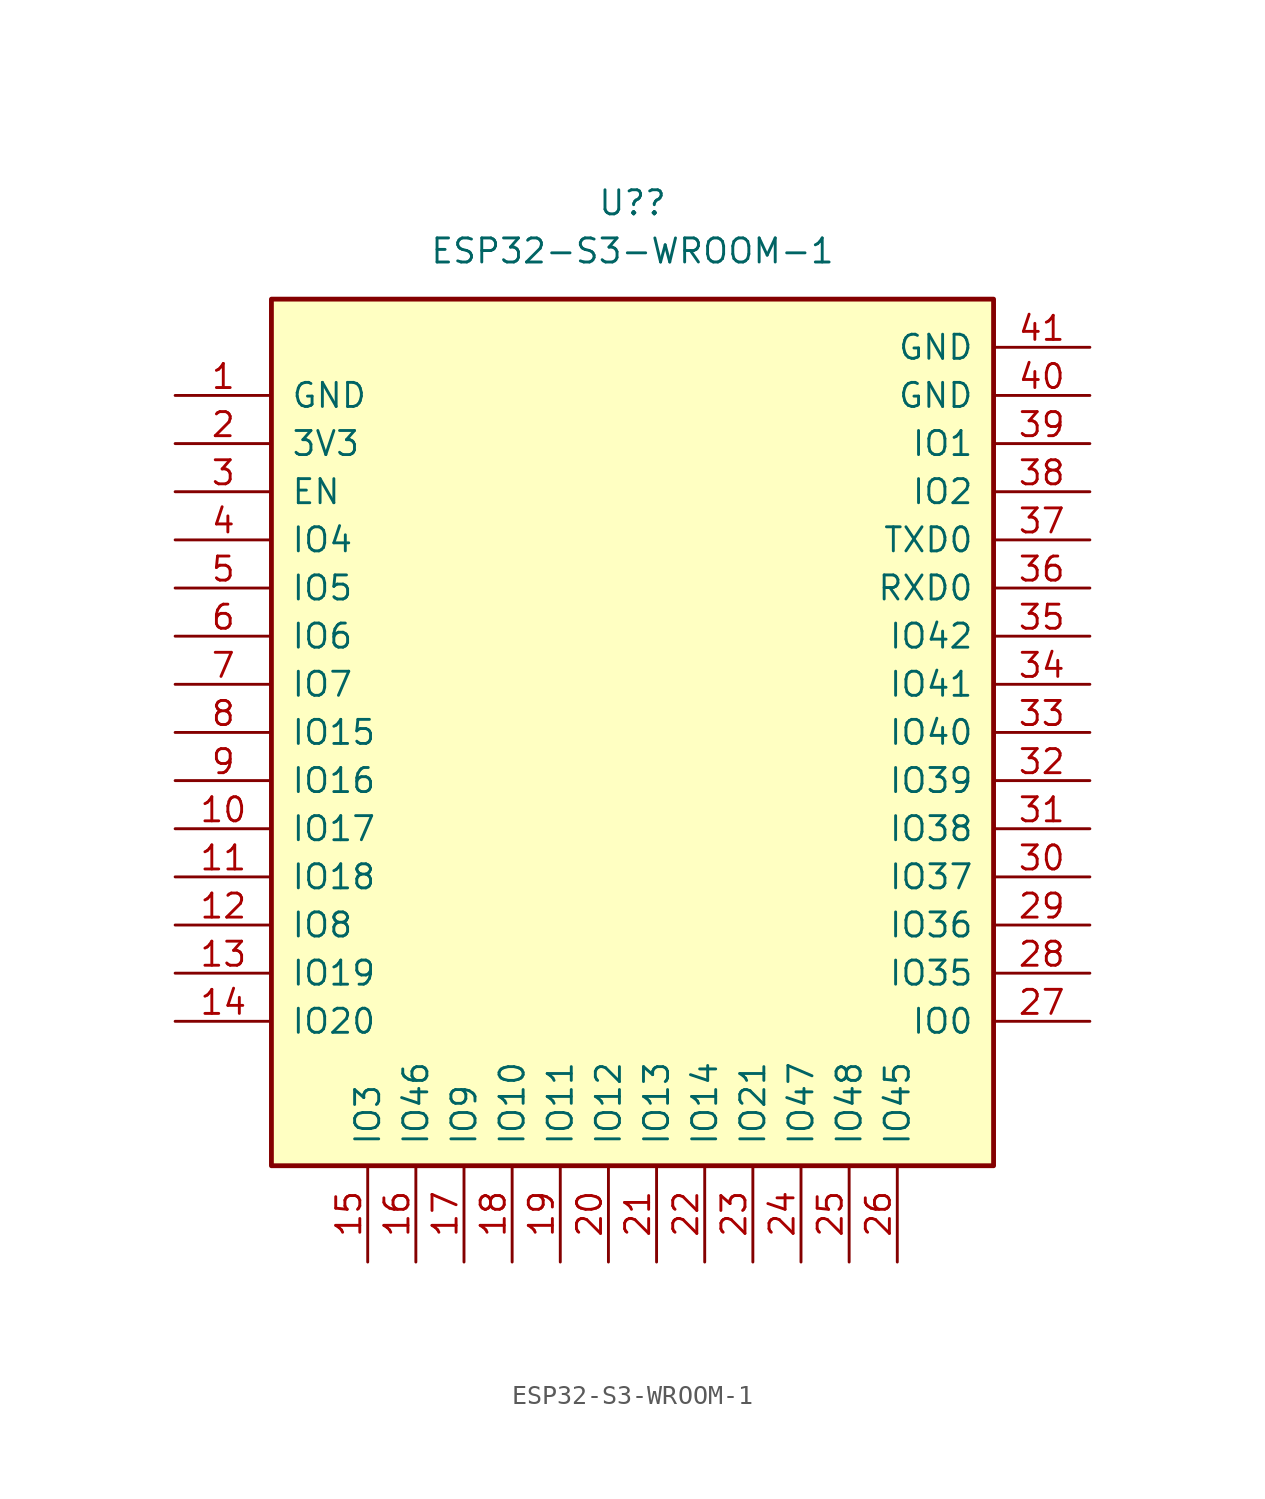
<source format=kicad_sym>
(kicad_symbol_lib
  (version 20211014)
  (generator kicad_symbol_editor)
  (symbol "ESP32-S3-WROOM-1"
    (pin_names
      (offset 1.016))
    (property "Reference" "U?"
      (at 0 29.21 0)
      (effects (font (size 1.27 1.27))))
    (property "Value" "ESP32-S3-WROOM-1"
      (at 0 26.67 0)
      (effects (font (size 1.27 1.27))))
    (symbol "ESP32-S3-WROOM-1_0_0"
      (rectangle (start -19.05 24.13) (end 19.05 -21.59) (stroke (width 0.254) (type default) (color 0 0 0 0)) (fill (type background))))
    (symbol "ESP32-S3-WROOM-1_1_0"
      (pin unspecified line (at -24.13 19.05 0) (length 5.08) (name "GND" (effects (font (size 1.27 1.27)))) (number "1" (effects (font (size 1.27 1.27)))))
      (pin unspecified line (at -24.13 -3.81 0) (length 5.08) (name "IO17" (effects (font (size 1.27 1.27)))) (number "10" (effects (font (size 1.27 1.27)))))
      (pin unspecified line (at -24.13 -6.35 0) (length 5.08) (name "IO18" (effects (font (size 1.27 1.27)))) (number "11" (effects (font (size 1.27 1.27)))))
      (pin unspecified line (at -24.13 -8.89 0) (length 5.08) (name "IO8" (effects (font (size 1.27 1.27)))) (number "12" (effects (font (size 1.27 1.27)))))
      (pin unspecified line (at -24.13 -11.43 0) (length 5.08) (name "IO19" (effects (font (size 1.27 1.27)))) (number "13" (effects (font (size 1.27 1.27)))))
      (pin unspecified line (at -24.13 -13.97 0) (length 5.08) (name "IO20" (effects (font (size 1.27 1.27)))) (number "14" (effects (font (size 1.27 1.27)))))
      (pin unspecified line (at -13.97 -26.67 90) (length 5.08) (name "IO3" (effects (font (size 1.27 1.27)))) (number "15" (effects (font (size 1.27 1.27)))))
      (pin unspecified line (at -11.43 -26.67 90) (length 5.08) (name "IO46" (effects (font (size 1.27 1.27)))) (number "16" (effects (font (size 1.27 1.27)))))
      (pin unspecified line (at -8.89 -26.67 90) (length 5.08) (name "IO9" (effects (font (size 1.27 1.27)))) (number "17" (effects (font (size 1.27 1.27)))))
      (pin unspecified line (at -6.35 -26.67 90) (length 5.08) (name "IO10" (effects (font (size 1.27 1.27)))) (number "18" (effects (font (size 1.27 1.27)))))
      (pin unspecified line (at -3.81 -26.67 90) (length 5.08) (name "IO11" (effects (font (size 1.27 1.27)))) (number "19" (effects (font (size 1.27 1.27)))))
      (pin unspecified line (at -24.13 16.51 0) (length 5.08) (name "3V3" (effects (font (size 1.27 1.27)))) (number "2" (effects (font (size 1.27 1.27)))))
      (pin unspecified line (at -1.27 -26.67 90) (length 5.08) (name "IO12" (effects (font (size 1.27 1.27)))) (number "20" (effects (font (size 1.27 1.27)))))
      (pin unspecified line (at 1.27 -26.67 90) (length 5.08) (name "IO13" (effects (font (size 1.27 1.27)))) (number "21" (effects (font (size 1.27 1.27)))))
      (pin unspecified line (at 3.81 -26.67 90) (length 5.08) (name "IO14" (effects (font (size 1.27 1.27)))) (number "22" (effects (font (size 1.27 1.27)))))
      (pin unspecified line (at 6.35 -26.67 90) (length 5.08) (name "IO21" (effects (font (size 1.27 1.27)))) (number "23" (effects (font (size 1.27 1.27)))))
      (pin unspecified line (at 8.89 -26.67 90) (length 5.08) (name "IO47" (effects (font (size 1.27 1.27)))) (number "24" (effects (font (size 1.27 1.27)))))
      (pin unspecified line (at 11.43 -26.67 90) (length 5.08) (name "IO48" (effects (font (size 1.27 1.27)))) (number "25" (effects (font (size 1.27 1.27)))))
      (pin unspecified line (at 13.97 -26.67 90) (length 5.08) (name "IO45" (effects (font (size 1.27 1.27)))) (number "26" (effects (font (size 1.27 1.27)))))
      (pin unspecified line (at 24.13 -13.97 180) (length 5.08) (name "IO0" (effects (font (size 1.27 1.27)))) (number "27" (effects (font (size 1.27 1.27)))))
      (pin unspecified line (at 24.13 -11.43 180) (length 5.08) (name "IO35" (effects (font (size 1.27 1.27)))) (number "28" (effects (font (size 1.27 1.27)))))
      (pin unspecified line (at 24.13 -8.89 180) (length 5.08) (name "IO36" (effects (font (size 1.27 1.27)))) (number "29" (effects (font (size 1.27 1.27)))))
      (pin unspecified line (at -24.13 13.97 0) (length 5.08) (name "EN" (effects (font (size 1.27 1.27)))) (number "3" (effects (font (size 1.27 1.27)))))
      (pin unspecified line (at 24.13 -6.35 180) (length 5.08) (name "IO37" (effects (font (size 1.27 1.27)))) (number "30" (effects (font (size 1.27 1.27)))))
      (pin unspecified line (at 24.13 -3.81 180) (length 5.08) (name "IO38" (effects (font (size 1.27 1.27)))) (number "31" (effects (font (size 1.27 1.27)))))
      (pin unspecified line (at 24.13 -1.27 180) (length 5.08) (name "IO39" (effects (font (size 1.27 1.27)))) (number "32" (effects (font (size 1.27 1.27)))))
      (pin unspecified line (at 24.13 1.27 180) (length 5.08) (name "IO40" (effects (font (size 1.27 1.27)))) (number "33" (effects (font (size 1.27 1.27)))))
      (pin unspecified line (at 24.13 3.81 180) (length 5.08) (name "IO41" (effects (font (size 1.27 1.27)))) (number "34" (effects (font (size 1.27 1.27)))))
      (pin unspecified line (at 24.13 6.35 180) (length 5.08) (name "IO42" (effects (font (size 1.27 1.27)))) (number "35" (effects (font (size 1.27 1.27)))))
      (pin unspecified line (at 24.13 8.89 180) (length 5.08) (name "RXD0" (effects (font (size 1.27 1.27)))) (number "36" (effects (font (size 1.27 1.27)))))
      (pin unspecified line (at 24.13 11.43 180) (length 5.08) (name "TXD0" (effects (font (size 1.27 1.27)))) (number "37" (effects (font (size 1.27 1.27)))))
      (pin unspecified line (at 24.13 13.97 180) (length 5.08) (name "IO2" (effects (font (size 1.27 1.27)))) (number "38" (effects (font (size 1.27 1.27)))))
      (pin unspecified line (at 24.13 16.51 180) (length 5.08) (name "IO1" (effects (font (size 1.27 1.27)))) (number "39" (effects (font (size 1.27 1.27)))))
      (pin unspecified line (at -24.13 11.43 0) (length 5.08) (name "IO4" (effects (font (size 1.27 1.27)))) (number "4" (effects (font (size 1.27 1.27)))))
      (pin unspecified line (at 24.13 19.05 180) (length 5.08) (name "GND" (effects (font (size 1.27 1.27)))) (number "40" (effects (font (size 1.27 1.27)))))
      (pin unspecified line (at 24.13 21.59 180) (length 5.08) (name "GND" (effects (font (size 1.27 1.27)))) (number "41" (effects (font (size 1.27 1.27)))))
      (pin unspecified line (at -24.13 8.89 0) (length 5.08) (name "IO5" (effects (font (size 1.27 1.27)))) (number "5" (effects (font (size 1.27 1.27)))))
      (pin unspecified line (at -24.13 6.35 0) (length 5.08) (name "IO6" (effects (font (size 1.27 1.27)))) (number "6" (effects (font (size 1.27 1.27)))))
      (pin unspecified line (at -24.13 3.81 0) (length 5.08) (name "IO7" (effects (font (size 1.27 1.27)))) (number "7" (effects (font (size 1.27 1.27)))))
      (pin unspecified line (at -24.13 1.27 0) (length 5.08) (name "IO15" (effects (font (size 1.27 1.27)))) (number "8" (effects (font (size 1.27 1.27)))))
      (pin unspecified line (at -24.13 -1.27 0) (length 5.08) (name "IO16" (effects (font (size 1.27 1.27)))) (number "9" (effects (font (size 1.27 1.27))))))))
</source>
